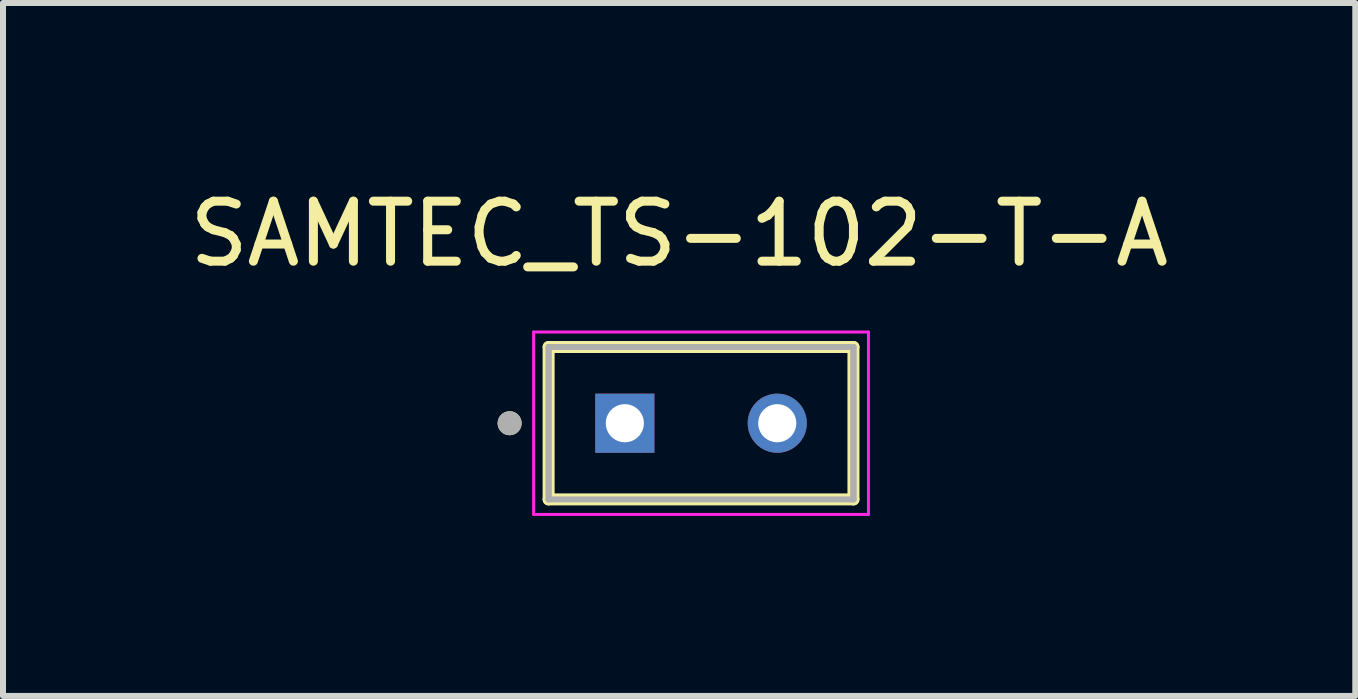
<source format=kicad_pcb>
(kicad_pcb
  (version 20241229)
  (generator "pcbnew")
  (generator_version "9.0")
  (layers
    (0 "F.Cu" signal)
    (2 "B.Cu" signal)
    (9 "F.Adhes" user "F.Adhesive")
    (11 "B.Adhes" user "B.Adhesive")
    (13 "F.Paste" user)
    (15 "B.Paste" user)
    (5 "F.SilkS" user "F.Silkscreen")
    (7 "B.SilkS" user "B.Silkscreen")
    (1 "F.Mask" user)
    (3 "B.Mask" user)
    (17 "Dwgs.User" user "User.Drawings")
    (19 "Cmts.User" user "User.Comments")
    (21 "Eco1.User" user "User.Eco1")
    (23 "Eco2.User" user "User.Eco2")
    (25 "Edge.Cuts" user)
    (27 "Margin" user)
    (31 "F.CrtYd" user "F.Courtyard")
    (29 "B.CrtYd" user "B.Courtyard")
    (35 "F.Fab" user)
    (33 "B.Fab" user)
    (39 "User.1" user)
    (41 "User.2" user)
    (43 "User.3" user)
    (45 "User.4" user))
  (footprint "SAMTEC_TS-102-T-A"
    (layer "F.Cu")
    (at 8.633 4.003)
    (property "Reference" "SAMTEC_TS-102-T-A" (at -0.365 -3.155 0) (layer "F.SilkS") (effects (font (size 1 1) (thickness 0.15))))
    (attr through_hole)
    (fp_line (start -2.54 1.27) (end -2.54 -1.27) (stroke (width 0.2) (type solid)) (layer "F.SilkS"))
    (fp_line (start 2.54 -1.27) (end -2.54 -1.27) (stroke (width 0.2) (type solid)) (layer "F.SilkS"))
    (fp_line (start 2.54 -1.27) (end 2.54 1.27) (stroke (width 0.2) (type solid)) (layer "F.SilkS"))
    (fp_line (start 2.54 1.27) (end -2.54 1.27) (stroke (width 0.2) (type solid)) (layer "F.SilkS"))
    (fp_circle (center -3.19 0) (end -3.09 0) (stroke (width 0.2) (type solid)) (fill no) (layer "F.SilkS"))
    (fp_line (start -2.79 -1.52) (end 2.79 -1.52) (stroke (width 0.05) (type solid)) (layer "F.CrtYd"))
    (fp_line (start -2.79 1.52) (end -2.79 -1.52) (stroke (width 0.05) (type solid)) (layer "F.CrtYd"))
    (fp_line (start 2.79 -1.52) (end 2.79 1.52) (stroke (width 0.05) (type solid)) (layer "F.CrtYd"))
    (fp_line (start 2.79 1.52) (end -2.79 1.52) (stroke (width 0.05) (type solid)) (layer "F.CrtYd"))
    (fp_line (start -2.54 -1.27) (end 2.54 -1.27) (stroke (width 0.1) (type solid)) (layer "F.Fab"))
    (fp_line (start -2.54 -1.27) (end 2.54 -1.27) (stroke (width 0.1) (type solid)) (layer "F.Fab"))
    (fp_line (start -2.54 1.27) (end -2.54 -1.27) (stroke (width 0.1) (type solid)) (layer "F.Fab"))
    (fp_line (start -2.54 1.27) (end -2.54 -1.27) (stroke (width 0.1) (type solid)) (layer "F.Fab"))
    (fp_line (start 2.54 -1.27) (end 2.54 1.27) (stroke (width 0.1) (type solid)) (layer "F.Fab"))
    (fp_line (start 2.54 -1.27) (end 2.54 1.27) (stroke (width 0.1) (type solid)) (layer "F.Fab"))
    (fp_line (start 2.54 1.27) (end -2.54 1.27) (stroke (width 0.1) (type solid)) (layer "F.Fab"))
    (fp_circle (center -3.19 0) (end -3.09 0) (stroke (width 0.2) (type solid)) (fill no) (layer "F.Fab"))
    (pad "01" thru_hole rect (at -1.27 0) (size 0.985 0.985) (drill 0.635) (layers "*.Cu" "*.Mask"))
    (pad "02" thru_hole circle (at 1.27 0) (size 0.985 0.985) (drill 0.635) (layers "*.Cu" "*.Mask")))
  (gr_rect
    (start -3 -3)
    (end 19.536 8.548)
    (stroke (width 0.1) (type default))
    (fill no)
    (layer "Edge.Cuts")))
</source>
